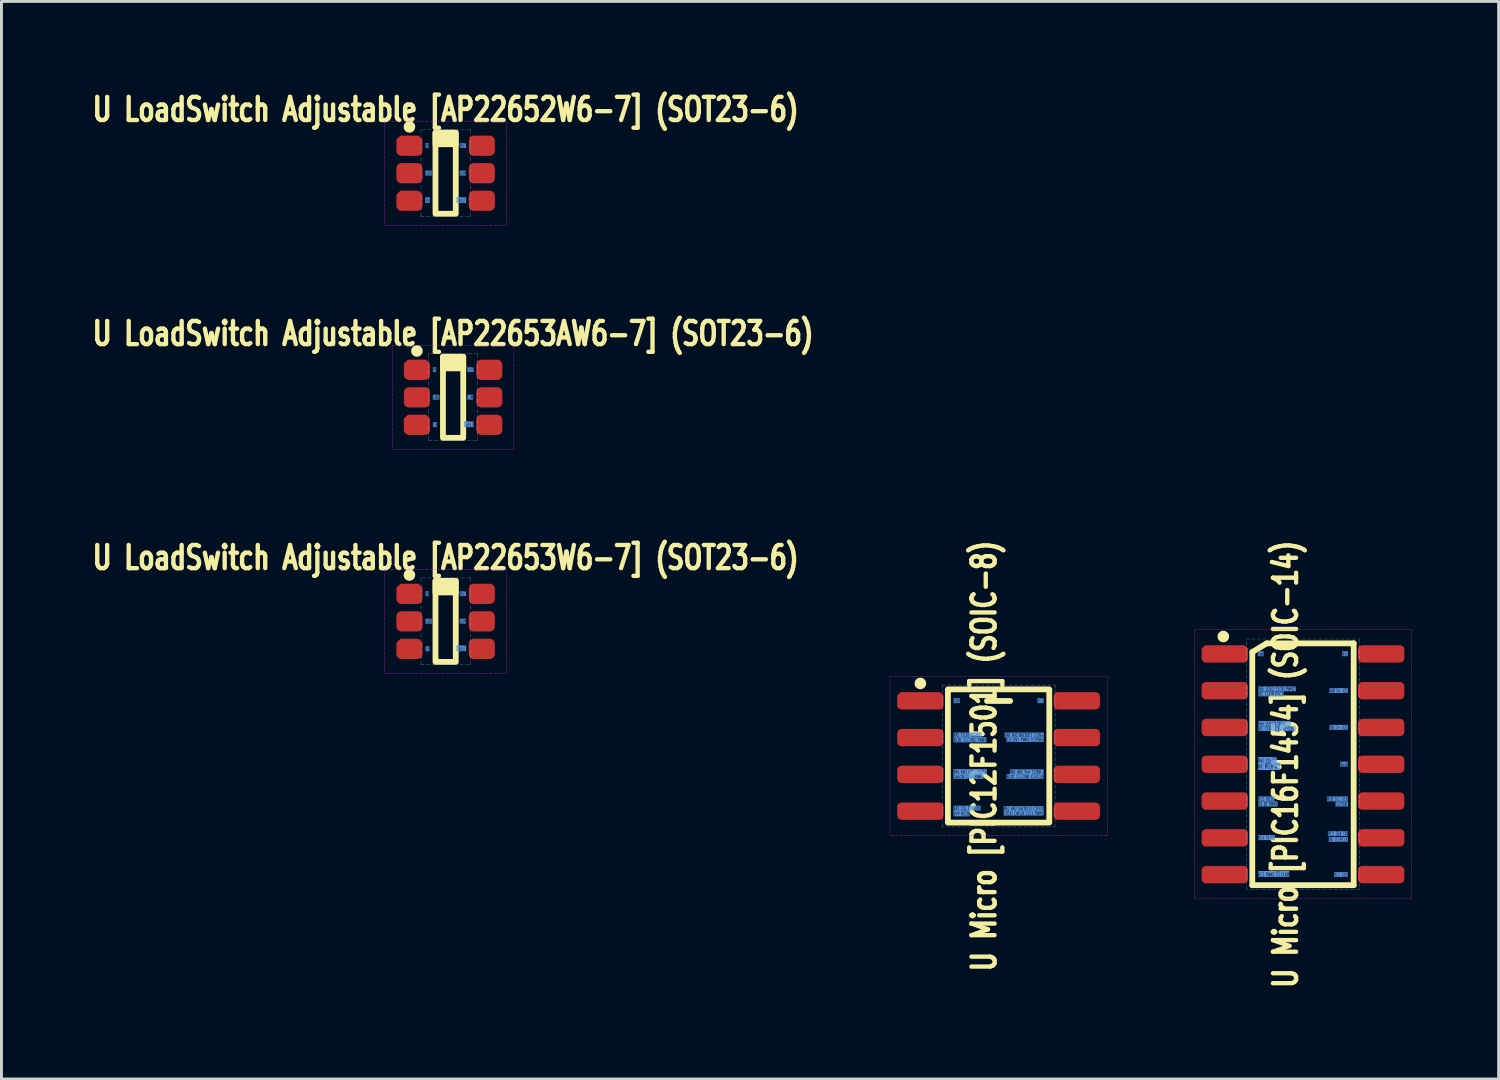
<source format=kicad_pcb>
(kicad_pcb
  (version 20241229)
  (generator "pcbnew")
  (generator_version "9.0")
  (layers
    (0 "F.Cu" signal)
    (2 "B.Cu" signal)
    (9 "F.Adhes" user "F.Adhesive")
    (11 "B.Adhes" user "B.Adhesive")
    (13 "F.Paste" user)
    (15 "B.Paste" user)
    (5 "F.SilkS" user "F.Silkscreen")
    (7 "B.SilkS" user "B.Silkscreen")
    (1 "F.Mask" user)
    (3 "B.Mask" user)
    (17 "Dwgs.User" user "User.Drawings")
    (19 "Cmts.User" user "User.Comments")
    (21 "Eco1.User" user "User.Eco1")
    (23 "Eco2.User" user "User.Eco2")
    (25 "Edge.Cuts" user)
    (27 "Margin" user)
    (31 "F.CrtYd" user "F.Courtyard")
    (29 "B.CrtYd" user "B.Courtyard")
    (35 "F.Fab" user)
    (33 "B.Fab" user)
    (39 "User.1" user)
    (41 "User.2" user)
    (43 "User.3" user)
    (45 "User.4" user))
  (footprint "U LoadSwitch Adjustable [AP22652W6-7] (SOT23-6)"
    (layer "F.Cu")
    (at 12.336 2.931)
    (property "Reference" "U LoadSwitch Adjustable [AP22652W6-7] (SOT23-6)" (at 0 -2.2 0) (layer "F.SilkS") (effects (font (size 0.8 0.6) (thickness 0.15))))
    (attr smd)
    (fp_rect (start 0.35 -1.4) (end -0.35 -1) (stroke (width 0.2) (type solid)) (fill yes) (layer "F.SilkS"))
    (fp_rect (start 0.35 -1.4) (end -0.35 1.4) (stroke (width 0.2) (type default)) (fill no) (layer "F.SilkS"))
    (fp_circle (center -1.25 -1.6) (end -1.1 -1.6) (stroke (width 0.1) (type solid)) (fill yes) (layer "F.SilkS"))
    (fp_rect (start 2.1 -1.8) (end -2.1 1.8) (stroke (width 0.01) (type dash)) (fill no) (layer "F.CrtYd"))
    (fp_rect (start 0.85 -1.5) (end -0.85 1.5) (stroke (width 0.01) (type dash_dot)) (fill no) (layer "F.Fab"))
    (fp_text user "GND" (at -0.7 0 0) (layer "Cmts.User" knockout) (effects (font (size 0.13 0.07) (thickness 0.01) (bold yes)) (justify left)))
    (fp_text user "~{FAULT}" (at 0.7 0.95 0) (layer "Cmts.User" knockout) (effects (font (size 0.13 0.07) (thickness 0.01) (bold yes)) (justify right)))
    (fp_text user "IN" (at -0.7 -0.95 0) (layer "Cmts.User" knockout) (effects (font (size 0.13 0.07) (thickness 0.01) (bold yes)) (justify left)))
    (fp_text user "ILIM" (at 0.7 0 0) (layer "Cmts.User" knockout) (effects (font (size 0.13 0.07) (thickness 0.01) (bold yes)) (justify right)))
    (fp_text user "~{EN}" (at -0.7 0.95 0) (layer "Cmts.User" knockout) (effects (font (size 0.13 0.07) (thickness 0.01) (bold yes)) (justify left)))
    (fp_text user "OUT" (at 0.7 -0.95 0) (layer "Cmts.User" knockout) (effects (font (size 0.13 0.07) (thickness 0.01) (bold yes)) (justify right)))
    (pad "1" smd roundrect (at -1.25 -0.95) (size 0.9 0.7) (layers "F.Cu" "F.Mask" "F.Paste") (roundrect_rratio 0.25) (chamfer_ratio 0.2) (chamfer top_left top_right))
    (pad "2" smd roundrect (at -1.25 0) (size 0.9 0.7) (layers "F.Cu" "F.Mask" "F.Paste") (roundrect_rratio 0.25))
    (pad "3" smd roundrect (at -1.25 0.95) (size 0.9 0.7) (layers "F.Cu" "F.Mask" "F.Paste") (roundrect_rratio 0.25) (chamfer_ratio 0.2) (chamfer top_left top_right))
    (pad "4" smd roundrect (at 1.25 0.95) (size 0.9 0.7) (layers "F.Cu" "F.Mask" "F.Paste") (roundrect_rratio 0.25))
    (pad "5" smd roundrect (at 1.25 0) (size 0.9 0.7) (layers "F.Cu" "F.Mask" "F.Paste") (roundrect_rratio 0.25))
    (pad "6" smd roundrect (at 1.25 -0.95) (size 0.9 0.7) (layers "F.Cu" "F.Mask" "F.Paste") (roundrect_rratio 0.25)))
  (footprint "U Micro [PIC12F1501] (SOIC-8)"
    (layer "F.Cu")
    (at 31.428 23.052)
    (property "Reference" "U Micro [PIC12F1501] (SOIC-8)" (at -0.5 0 90) (layer "F.SilkS") (effects (font (size 0.8 0.6) (thickness 0.15))))
    (attr smd)
    (fp_line (start -0.4 -1.9) (end 0.4 -1.9) (stroke (width 0.2) (type default)) (layer "F.SilkS"))
    (fp_rect (start -1.75 -2.3) (end 1.75 2.3) (stroke (width 0.2) (type default)) (fill no) (layer "F.SilkS"))
    (fp_circle (center -2.7 -2.505) (end -2.55 -2.505) (stroke (width 0.1) (type solid)) (fill yes) (layer "F.SilkS"))
    (fp_rect (start -3.75 -2.75) (end 3.75 2.75) (stroke (width 0.01) (type dash)) (fill no) (layer "F.CrtYd"))
    (fp_rect (start -1.95 -2.45) (end 1.95 2.45) (stroke (width 0.01) (type dash_dot)) (fill no) (layer "F.Fab"))
    (fp_text user "RA2 AN2 DACOUT2 C1OUT" (at 0.86 1.82 0) (layer "Cmts.User" knockout) (effects (font (size 0.13 0.07) (thickness 0.01) (bold yes))))
    (fp_text user "CLC2IN1 PWM2 ICSPDAT" (at 0.91 -0.56 0) (layer "Cmts.User" knockout) (effects (font (size 0.13 0.07) (thickness 0.01))))
    (fp_text user "RA1 AN1 Vref C1IN0-" (at 0.97 0.55 0) (layer "Cmts.User" knockout) (effects (font (size 0.13 0.07) (thickness 0.01))))
    (fp_text user "RA5 T1CKI CWG1A" (at -1.08 -0.72 0) (layer "Cmts.User" knockout) (effects (font (size 0.13 0.07) (thickness 0.01))))
    (fp_text user "VSS" (at 1.45 -1.905 0) (layer "Cmts.User" knockout) (effects (font (size 0.13 0.07) (thickness 0.01) (bold yes))))
    (fp_text user "NCO1 CLC2IN0 ICSPCLK" (at 0.91 0.71 0) (layer "Cmts.User" knockout) (effects (font (size 0.13 0.07) (thickness 0.01))))
    (fp_text user "T0CKI CWG1A CLC1 PWM1" (at 0.87 1.98 0) (layer "Cmts.User" knockout) (effects (font (size 0.13 0.07) (thickness 0.01) (bold yes))))
    (fp_text user "RA4 AN3 C1IN1- T1G" (at -0.98 0.55 0) (layer "Cmts.User" knockout) (effects (font (size 0.13 0.07) (thickness 0.01))))
    (fp_text user "RA3 T1G CLC1IN0" (at -1.09 1.805 0) (layer "Cmts.User" knockout) (effects (font (size 0.13 0.07) (thickness 0.01))))
    (fp_text user "RA0 AN0 DACOUT1 C1IN+" (at 0.88 -0.72 0) (layer "Cmts.User" knockout) (effects (font (size 0.13 0.07) (thickness 0.01))))
    (fp_text user "VPP ~{MCLR}" (at -1.28 2.005 0) (layer "Cmts.User" knockout) (effects (font (size 0.13 0.07) (thickness 0.01))))
    (fp_text user "CWG1B CLC1 PWM3" (at -1.04 0.71 0) (layer "Cmts.User" knockout) (effects (font (size 0.13 0.07) (thickness 0.01))))
    (fp_text user "VDD" (at -1.44 -1.905 0) (layer "Cmts.User" knockout) (effects (font (size 0.13 0.07) (thickness 0.01))))
    (fp_text user "NCO1 CLC1IN1 PWM4" (at -0.99 -0.55 0) (layer "Cmts.User" knockout) (effects (font (size 0.13 0.07) (thickness 0.01))))
    (pad "1" smd roundrect (at -2.7 -1.905) (size 1.6 0.6) (layers "F.Cu" "F.Mask" "F.Paste") (roundrect_rratio 0.25) (chamfer_ratio 0.2) (chamfer top_left top_right))
    (pad "2" smd roundrect (at -2.7 -0.635) (size 1.6 0.6) (layers "F.Cu" "F.Mask" "F.Paste") (roundrect_rratio 0.25))
    (pad "3" smd roundrect (at -2.7 0.635) (size 1.6 0.6) (layers "F.Cu" "F.Mask" "F.Paste") (roundrect_rratio 0.25))
    (pad "4" smd roundrect (at -2.7 1.905) (size 1.6 0.6) (layers "F.Cu" "F.Mask" "F.Paste") (roundrect_rratio 0.25))
    (pad "5" smd roundrect (at 2.7 1.905) (size 1.6 0.6) (layers "F.Cu" "F.Mask" "F.Paste") (roundrect_rratio 0.25))
    (pad "6" smd roundrect (at 2.7 0.635) (size 1.6 0.6) (layers "F.Cu" "F.Mask" "F.Paste") (roundrect_rratio 0.25))
    (pad "7" smd roundrect (at 2.7 -0.635) (size 1.6 0.6) (layers "F.Cu" "F.Mask" "F.Paste") (roundrect_rratio 0.25))
    (pad "8" smd roundrect (at 2.7 -1.905) (size 1.6 0.6) (layers "F.Cu" "F.Mask" "F.Paste") (roundrect_rratio 0.25)))
  (footprint "U LoadSwitch Adjustable [AP22653W6-7] (SOT23-6)"
    (layer "F.Cu")
    (at 12.336 18.404)
    (property "Reference" "U LoadSwitch Adjustable [AP22653W6-7] (SOT23-6)" (at 0 -2.2 0) (layer "F.SilkS") (effects (font (size 0.8 0.6) (thickness 0.15))))
    (attr smd)
    (fp_rect (start 0.35 -1.4) (end -0.35 -1) (stroke (width 0.2) (type solid)) (fill yes) (layer "F.SilkS"))
    (fp_rect (start 0.35 -1.4) (end -0.35 1.4) (stroke (width 0.2) (type default)) (fill no) (layer "F.SilkS"))
    (fp_circle (center -1.25 -1.6) (end -1.1 -1.6) (stroke (width 0.1) (type solid)) (fill yes) (layer "F.SilkS"))
    (fp_rect (start 2.1 -1.8) (end -2.1 1.8) (stroke (width 0.01) (type dash)) (fill no) (layer "F.CrtYd"))
    (fp_rect (start 0.85 -1.5) (end -0.85 1.5) (stroke (width 0.01) (type dash_dot)) (fill no) (layer "F.Fab"))
    (fp_text user "IN" (at -0.7 -0.95 0) (layer "Cmts.User" knockout) (effects (font (size 0.13 0.07) (thickness 0.01) (bold yes)) (justify left)))
    (fp_text user "OUT" (at 0.7 -0.95 0) (layer "Cmts.User" knockout) (effects (font (size 0.13 0.07) (thickness 0.01) (bold yes)) (justify right)))
    (fp_text user "~{FAULT}" (at 0.7 0.95 0) (layer "Cmts.User" knockout) (effects (font (size 0.13 0.07) (thickness 0.01) (bold yes)) (justify right)))
    (fp_text user "GND" (at -0.7 0 0) (layer "Cmts.User" knockout) (effects (font (size 0.13 0.07) (thickness 0.01) (bold yes)) (justify left)))
    (fp_text user "EN" (at -0.7 0.95 0) (layer "Cmts.User" knockout) (effects (font (size 0.13 0.07) (thickness 0.01) (bold yes)) (justify left)))
    (fp_text user "ILIM" (at 0.7 0 0) (layer "Cmts.User" knockout) (effects (font (size 0.13 0.07) (thickness 0.01) (bold yes)) (justify right)))
    (pad "1" smd roundrect (at -1.25 -0.95) (size 0.9 0.7) (layers "F.Cu" "F.Mask" "F.Paste") (roundrect_rratio 0.25) (chamfer_ratio 0.2) (chamfer top_left top_right))
    (pad "2" smd roundrect (at -1.25 0) (size 0.9 0.7) (layers "F.Cu" "F.Mask" "F.Paste") (roundrect_rratio 0.25))
    (pad "3" smd roundrect (at -1.25 0.95) (size 0.9 0.7) (layers "F.Cu" "F.Mask" "F.Paste") (roundrect_rratio 0.25) (chamfer_ratio 0.2) (chamfer top_left top_right))
    (pad "4" smd roundrect (at 1.25 0.95) (size 0.9 0.7) (layers "F.Cu" "F.Mask" "F.Paste") (roundrect_rratio 0.25))
    (pad "5" smd roundrect (at 1.25 0) (size 0.9 0.7) (layers "F.Cu" "F.Mask" "F.Paste") (roundrect_rratio 0.25))
    (pad "6" smd roundrect (at 1.25 -0.95) (size 0.9 0.7) (layers "F.Cu" "F.Mask" "F.Paste") (roundrect_rratio 0.25)))
  (footprint "U Micro [PIC16F1454] (SOIC-14)"
    (layer "F.Cu")
    (at 41.938 23.338)
    (property "Reference" "U Micro [PIC16F1454] (SOIC-14)" (at -0.6 0 90) (layer "F.SilkS") (effects (font (size 0.8 0.6) (thickness 0.15))))
    (attr smd)
    (fp_line (start -1.75 -3.875) (end -1.25 -4.175) (stroke (width 0.2) (type default)) (layer "F.SilkS"))
    (fp_line (start -1.75 4.175) (end -1.75 -3.875) (stroke (width 0.2) (type default)) (layer "F.SilkS"))
    (fp_line (start -1.25 -4.175) (end 1.75 -4.175) (stroke (width 0.2) (type default)) (layer "F.SilkS"))
    (fp_line (start 1.75 -4.175) (end 1.75 4.175) (stroke (width 0.2) (type default)) (layer "F.SilkS"))
    (fp_line (start 1.75 4.175) (end -1.75 4.175) (stroke (width 0.2) (type default)) (layer "F.SilkS"))
    (fp_circle (center -2.75 -4.41) (end -2.6 -4.41) (stroke (width 0.1) (type solid)) (fill yes) (layer "F.SilkS"))
    (fp_rect (start -3.75 -4.65) (end 3.75 4.65) (stroke (width 0.01) (type dash)) (fill no) (layer "F.CrtYd"))
    (fp_rect (start -1.95 -4.325) (end 1.95 4.325) (stroke (width 0.01) (type dash_dot)) (fill no) (layer "F.Fab"))
    (fp_text user "IOC ~{MCLR} Vpp" (at -1.55 0.075 0) (layer "Cmts.User" knockout) (effects (font (size 0.13 0.07) (thickness 0.01) (bold yes)) (justify left)))
    (fp_text user "RC2 SDO" (at 1.55 3.81 0) (layer "Cmts.User" knockout) (effects (font (size 0.13 0.07) (thickness 0.01)) (justify right)))
    (fp_text user "RA3 T1G ~{SS}" (at -1.55 -0.125 0) (layer "Cmts.User" knockout) (effects (font (size 0.13 0.07) (thickness 0.01) (bold yes)) (justify left)))
    (fp_text user "INT ICSPCLK" (at 1.55 2.6 0) (layer "Cmts.User" knockout) (effects (font (size 0.13 0.07) (thickness 0.01) (bold yes)) (justify right)))
    (fp_text user "RC3 PWM2 ~{SS} CLKR" (at -1.55 3.81 0) (layer "Cmts.User" knockout) (effects (font (size 0.13 0.07) (thickness 0.01)) (justify left)))
    (fp_text user "RC0 SCL SCK" (at 1.55 1.2 0) (layer "Cmts.User" knockout) (effects (font (size 0.13 0.07) (thickness 0.01) (bold yes)) (justify right)))
    (fp_text user "RC4 TX CK" (at -1.55 2.54 0) (layer "Cmts.User" knockout) (effects (font (size 0.13 0.07) (thickness 0.01)) (justify left)))
    (fp_text user "RA0 D+ IOC" (at 1.55 -2.54 0) (layer "Cmts.User" knockout) (effects (font (size 0.13 0.07) (thickness 0.01)) (justify right)))
    (fp_text user "RA4 SOSCO T1G SDO" (at -1.55 -1.4 0) (layer "Cmts.User" knockout) (effects (font (size 0.13 0.07) (thickness 0.01)) (justify left)))
    (fp_text user "RX DT PWM1" (at -1.55 1.375 0) (layer "Cmts.User" knockout) (effects (font (size 0.13 0.07) (thickness 0.01)) (justify left)))
    (fp_text user "IOC CLKIN OSC1" (at -1.55 -2.425 0) (layer "Cmts.User" knockout) (effects (font (size 0.13 0.07) (thickness 0.01)) (justify left)))
    (fp_text user "RA1 D- IOC" (at 1.55 -1.27 0) (layer "Cmts.User" knockout) (effects (font (size 0.13 0.07) (thickness 0.01)) (justify right)))
    (fp_text user "IOC CLKOUT OSC2 CLKR" (at -1.55 -1.225 0) (layer "Cmts.User" knockout) (effects (font (size 0.13 0.07) (thickness 0.01)) (justify left)))
    (fp_text user "ISCPDAT" (at 1.55 1.375 0) (layer "Cmts.User" knockout) (effects (font (size 0.13 0.07) (thickness 0.01) (bold yes)) (justify right)))
    (fp_text user "RC1 SDA SDI" (at 1.55 2.4 0) (layer "Cmts.User" knockout) (effects (font (size 0.13 0.07) (thickness 0.01) (bold yes)) (justify right)))
    (fp_text user "Vusb" (at 1.55 0 0) (layer "Cmts.User" knockout) (effects (font (size 0.13 0.07) (thickness 0.01) (bold yes)) (justify right)))
    (fp_text user "Vss" (at 1.55 -3.81 0) (layer "Cmts.User" knockout) (effects (font (size 0.13 0.07) (thickness 0.01) (bold yes)) (justify right)))
    (fp_text user "RA5 SOSCI T1CKI PWM2'" (at -1.55 -2.6 0) (layer "Cmts.User" knockout) (effects (font (size 0.13 0.07) (thickness 0.01)) (justify left)))
    (fp_text user "RC5 T0CKI" (at -1.55 1.2 0) (layer "Cmts.User" knockout) (effects (font (size 0.13 0.07) (thickness 0.01)) (justify left)))
    (fp_text user "Vdd" (at -1.55 -3.81 0) (layer "Cmts.User" knockout) (effects (font (size 0.13 0.07) (thickness 0.01) (bold yes)) (justify left)))
    (pad "1" smd roundrect (at -2.7 -3.81) (size 1.6 0.6) (layers "F.Cu" "F.Mask" "F.Paste") (roundrect_rratio 0.25) (chamfer_ratio 0.2) (chamfer top_left top_right))
    (pad "2" smd roundrect (at -2.7 -2.54) (size 1.6 0.6) (layers "F.Cu" "F.Mask" "F.Paste") (roundrect_rratio 0.25))
    (pad "3" smd roundrect (at -2.7 -1.27) (size 1.6 0.6) (layers "F.Cu" "F.Mask" "F.Paste") (roundrect_rratio 0.25))
    (pad "4" smd roundrect (at -2.7 0) (size 1.6 0.6) (layers "F.Cu" "F.Mask" "F.Paste") (roundrect_rratio 0.25))
    (pad "5" smd roundrect (at -2.7 1.27) (size 1.6 0.6) (layers "F.Cu" "F.Mask" "F.Paste") (roundrect_rratio 0.25))
    (pad "6" smd roundrect (at -2.7 2.54) (size 1.6 0.6) (layers "F.Cu" "F.Mask" "F.Paste") (roundrect_rratio 0.25))
    (pad "7" smd roundrect (at -2.7 3.81) (size 1.6 0.6) (layers "F.Cu" "F.Mask" "F.Paste") (roundrect_rratio 0.25))
    (pad "8" smd roundrect (at 2.7 3.81) (size 1.6 0.6) (layers "F.Cu" "F.Mask" "F.Paste") (roundrect_rratio 0.25))
    (pad "9" smd roundrect (at 2.7 2.54) (size 1.6 0.6) (layers "F.Cu" "F.Mask" "F.Paste") (roundrect_rratio 0.25))
    (pad "10" smd roundrect (at 2.7 1.27) (size 1.6 0.6) (layers "F.Cu" "F.Mask" "F.Paste") (roundrect_rratio 0.25))
    (pad "11" smd roundrect (at 2.7 0) (size 1.6 0.6) (layers "F.Cu" "F.Mask" "F.Paste") (roundrect_rratio 0.25))
    (pad "12" smd roundrect (at 2.7 -1.27) (size 1.6 0.6) (layers "F.Cu" "F.Mask" "F.Paste") (roundrect_rratio 0.25))
    (pad "13" smd roundrect (at 2.7 -2.54) (size 1.6 0.6) (layers "F.Cu" "F.Mask" "F.Paste") (roundrect_rratio 0.25))
    (pad "14" smd roundrect (at 2.7 -3.81) (size 1.6 0.6) (layers "F.Cu" "F.Mask" "F.Paste") (roundrect_rratio 0.25)))
  (footprint "U LoadSwitch Adjustable [AP22653AW6-7] (SOT23-6)"
    (layer "F.Cu")
    (at 12.594 10.668)
    (property "Reference" "U LoadSwitch Adjustable [AP22653AW6-7] (SOT23-6)" (at 0 -2.2 0) (layer "F.SilkS") (effects (font (size 0.8 0.6) (thickness 0.15))))
    (attr smd)
    (fp_rect (start 0.35 -1.4) (end -0.35 -1) (stroke (width 0.2) (type solid)) (fill yes) (layer "F.SilkS"))
    (fp_rect (start 0.35 -1.4) (end -0.35 1.4) (stroke (width 0.2) (type default)) (fill no) (layer "F.SilkS"))
    (fp_circle (center -1.25 -1.6) (end -1.1 -1.6) (stroke (width 0.1) (type solid)) (fill yes) (layer "F.SilkS"))
    (fp_rect (start 2.1 -1.8) (end -2.1 1.8) (stroke (width 0.01) (type dash)) (fill no) (layer "F.CrtYd"))
    (fp_rect (start 0.85 -1.5) (end -0.85 1.5) (stroke (width 0.01) (type dash_dot)) (fill no) (layer "F.Fab"))
    (fp_text user "~{FAULT}" (at 0.7 0.95 0) (layer "Cmts.User" knockout) (effects (font (size 0.13 0.07) (thickness 0.01) (bold yes)) (justify right)))
    (fp_text user "ILIM" (at 0.7 0 0) (layer "Cmts.User" knockout) (effects (font (size 0.13 0.07) (thickness 0.01) (bold yes)) (justify right)))
    (fp_text user "EN" (at -0.7 0.95 0) (layer "Cmts.User" knockout) (effects (font (size 0.13 0.07) (thickness 0.01) (bold yes)) (justify left)))
    (fp_text user "OUT" (at 0.7 -0.95 0) (layer "Cmts.User" knockout) (effects (font (size 0.13 0.07) (thickness 0.01) (bold yes)) (justify right)))
    (fp_text user "GND" (at -0.7 0 0) (layer "Cmts.User" knockout) (effects (font (size 0.13 0.07) (thickness 0.01) (bold yes)) (justify left)))
    (fp_text user "IN" (at -0.7 -0.95 0) (layer "Cmts.User" knockout) (effects (font (size 0.13 0.07) (thickness 0.01) (bold yes)) (justify left)))
    (pad "1" smd roundrect (at -1.25 -0.95) (size 0.9 0.7) (layers "F.Cu" "F.Mask" "F.Paste") (roundrect_rratio 0.25) (chamfer_ratio 0.2) (chamfer top_left top_right))
    (pad "2" smd roundrect (at -1.25 0) (size 0.9 0.7) (layers "F.Cu" "F.Mask" "F.Paste") (roundrect_rratio 0.25))
    (pad "3" smd roundrect (at -1.25 0.95) (size 0.9 0.7) (layers "F.Cu" "F.Mask" "F.Paste") (roundrect_rratio 0.25) (chamfer_ratio 0.2) (chamfer top_left top_right))
    (pad "4" smd roundrect (at 1.25 0.95) (size 0.9 0.7) (layers "F.Cu" "F.Mask" "F.Paste") (roundrect_rratio 0.25))
    (pad "5" smd roundrect (at 1.25 0) (size 0.9 0.7) (layers "F.Cu" "F.Mask" "F.Paste") (roundrect_rratio 0.25))
    (pad "6" smd roundrect (at 1.25 -0.95) (size 0.9 0.7) (layers "F.Cu" "F.Mask" "F.Paste") (roundrect_rratio 0.25)))
  (gr_rect
    (start -3 -3)
    (end 48.693 34.203)
    (stroke (width 0.1) (type default))
    (fill no)
    (layer "Edge.Cuts")))
</source>
